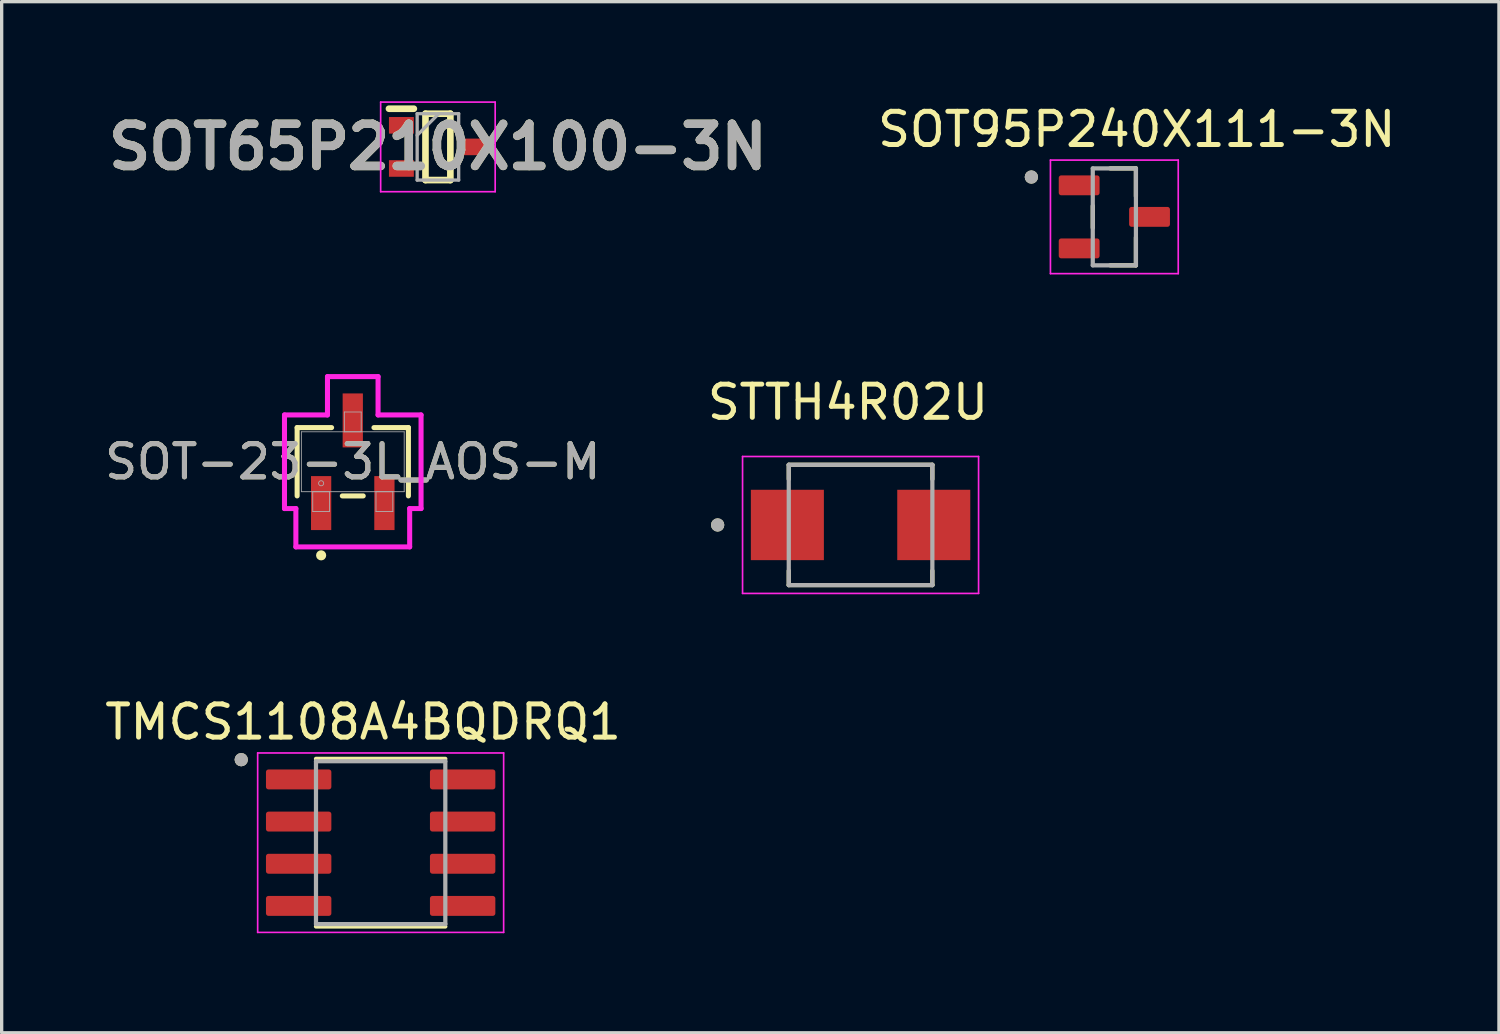
<source format=kicad_pcb>
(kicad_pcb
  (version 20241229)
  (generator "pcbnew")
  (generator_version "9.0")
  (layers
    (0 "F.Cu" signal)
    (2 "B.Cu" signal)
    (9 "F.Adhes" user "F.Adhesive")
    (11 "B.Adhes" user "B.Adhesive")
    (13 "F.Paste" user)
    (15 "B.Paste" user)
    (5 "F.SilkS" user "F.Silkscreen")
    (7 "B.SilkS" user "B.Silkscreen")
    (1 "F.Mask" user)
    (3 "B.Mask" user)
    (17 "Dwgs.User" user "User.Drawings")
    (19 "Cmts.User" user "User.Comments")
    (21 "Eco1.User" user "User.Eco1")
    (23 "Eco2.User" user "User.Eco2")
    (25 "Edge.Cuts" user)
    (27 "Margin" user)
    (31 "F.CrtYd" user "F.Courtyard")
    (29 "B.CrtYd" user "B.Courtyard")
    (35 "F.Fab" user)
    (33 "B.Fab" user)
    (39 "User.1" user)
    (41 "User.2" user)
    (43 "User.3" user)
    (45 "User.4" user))
  (footprint "SOT-23-3L_AOS-M"
    (layer "F.Cu")
    (at 7.577 10.86)
    (property "Reference" "SOT-23-3L_AOS-M" (at 0 0 0) (unlocked yes) (layer "F.SilkS") (effects (font (size 1 1) (thickness 0.15))))
    (attr smd)
    (fp_line (start -1.676 -1.029) (end -1.676 1.029) (stroke (width 0.152) (type solid)) (layer "F.SilkS"))
    (fp_line (start -0.638 -1.029) (end -1.676 -1.029) (stroke (width 0.152) (type solid)) (layer "F.SilkS"))
    (fp_line (start -0.315 1.029) (end 0.315 1.029) (stroke (width 0.152) (type solid)) (layer "F.SilkS"))
    (fp_line (start 1.676 -1.029) (end 0.638 -1.029) (stroke (width 0.152) (type solid)) (layer "F.SilkS"))
    (fp_line (start 1.676 1.029) (end 1.676 -1.029) (stroke (width 0.152) (type solid)) (layer "F.SilkS"))
    (fp_circle (center -0.953 2.819) (end -0.876 2.819) (stroke (width 0.152) (type solid)) (fill no) (layer "F.SilkS"))
    (fp_line (start -2.057 -1.41) (end -0.762 -1.41) (stroke (width 0.152) (type solid)) (layer "F.CrtYd"))
    (fp_line (start -2.057 1.41) (end -2.057 -1.41) (stroke (width 0.152) (type solid)) (layer "F.CrtYd"))
    (fp_line (start -2.057 1.41) (end -1.714 1.41) (stroke (width 0.152) (type solid)) (layer "F.CrtYd"))
    (fp_line (start -1.714 1.41) (end -1.714 2.565) (stroke (width 0.152) (type solid)) (layer "F.CrtYd"))
    (fp_line (start -1.714 2.565) (end 1.714 2.565) (stroke (width 0.152) (type solid)) (layer "F.CrtYd"))
    (fp_line (start -0.762 -2.565) (end 0.762 -2.565) (stroke (width 0.152) (type solid)) (layer "F.CrtYd"))
    (fp_line (start -0.762 -1.41) (end -0.762 -2.565) (stroke (width 0.152) (type solid)) (layer "F.CrtYd"))
    (fp_line (start 0.762 -1.41) (end 0.762 -2.565) (stroke (width 0.152) (type solid)) (layer "F.CrtYd"))
    (fp_line (start 1.714 1.41) (end 1.714 2.565) (stroke (width 0.152) (type solid)) (layer "F.CrtYd"))
    (fp_line (start 2.057 -1.41) (end 0.762 -1.41) (stroke (width 0.152) (type solid)) (layer "F.CrtYd"))
    (fp_line (start 2.057 -1.41) (end 2.057 1.41) (stroke (width 0.152) (type solid)) (layer "F.CrtYd"))
    (fp_line (start 2.057 1.41) (end 1.714 1.41) (stroke (width 0.152) (type solid)) (layer "F.CrtYd"))
    (fp_line (start -1.549 -0.902) (end -1.549 0.902) (stroke (width 0.025) (type solid)) (layer "F.Fab"))
    (fp_line (start -1.549 0.902) (end 1.549 0.902) (stroke (width 0.025) (type solid)) (layer "F.Fab"))
    (fp_line (start -1.206 0.902) (end -1.206 1.499) (stroke (width 0.025) (type solid)) (layer "F.Fab"))
    (fp_line (start -1.206 1.499) (end -0.699 1.499) (stroke (width 0.025) (type solid)) (layer "F.Fab"))
    (fp_line (start -0.699 0.902) (end -1.206 0.902) (stroke (width 0.025) (type solid)) (layer "F.Fab"))
    (fp_line (start -0.699 1.499) (end -0.699 0.902) (stroke (width 0.025) (type solid)) (layer "F.Fab"))
    (fp_line (start -0.254 -1.499) (end -0.254 -0.902) (stroke (width 0.025) (type solid)) (layer "F.Fab"))
    (fp_line (start -0.254 -0.902) (end 0.254 -0.902) (stroke (width 0.025) (type solid)) (layer "F.Fab"))
    (fp_line (start 0.254 -1.499) (end -0.254 -1.499) (stroke (width 0.025) (type solid)) (layer "F.Fab"))
    (fp_line (start 0.254 -0.902) (end 0.254 -1.499) (stroke (width 0.025) (type solid)) (layer "F.Fab"))
    (fp_line (start 0.699 0.902) (end 0.699 1.499) (stroke (width 0.025) (type solid)) (layer "F.Fab"))
    (fp_line (start 0.699 1.499) (end 1.206 1.499) (stroke (width 0.025) (type solid)) (layer "F.Fab"))
    (fp_line (start 1.206 0.902) (end 0.699 0.902) (stroke (width 0.025) (type solid)) (layer "F.Fab"))
    (fp_line (start 1.206 1.499) (end 1.206 0.902) (stroke (width 0.025) (type solid)) (layer "F.Fab"))
    (fp_line (start 1.549 -0.902) (end -1.549 -0.902) (stroke (width 0.025) (type solid)) (layer "F.Fab"))
    (fp_line (start 1.549 0.902) (end 1.549 -0.902) (stroke (width 0.025) (type solid)) (layer "F.Fab"))
    (fp_circle (center -0.953 0.648) (end -0.876 0.648) (stroke (width 0.025) (type solid)) (fill no) (layer "F.Fab"))
    (fp_text user "${REFERENCE}" (at 0 0 0) (unlocked yes) (layer "F.Fab") (effects (font (size 1 1) (thickness 0.15))))
    (pad "1" smd rect (at -0.953 1.245) (size 0.61 1.626) (layers "F.Cu" "F.Mask" "F.Paste"))
    (pad "2" smd rect (at 0.953 1.245) (size 0.61 1.626) (layers "F.Cu" "F.Mask" "F.Paste"))
    (pad "3" smd rect (at 0 -1.245) (size 0.61 1.626) (layers "F.Cu" "F.Mask" "F.Paste")))
  (footprint "SOT65P210X100-3N"
    (layer "F.Cu")
    (at 10.142 1.375)
    (property "Reference" "SOT65P210X100-3N" (at 0 0 0) (layer "F.SilkS") (effects (font (size 1.27 1.27) (thickness 0.254))))
    (attr smd)
    (fp_line (start -1.475 -1.15) (end -0.725 -1.15) (stroke (width 0.2) (type solid)) (layer "F.SilkS"))
    (fp_line (start -0.375 -1) (end 0.375 -1) (stroke (width 0.2) (type solid)) (layer "F.SilkS"))
    (fp_line (start -0.375 1) (end -0.375 -1) (stroke (width 0.2) (type solid)) (layer "F.SilkS"))
    (fp_line (start 0.375 -1) (end 0.375 1) (stroke (width 0.2) (type solid)) (layer "F.SilkS"))
    (fp_line (start 0.375 1) (end -0.375 1) (stroke (width 0.2) (type solid)) (layer "F.SilkS"))
    (fp_line (start -1.725 -1.35) (end 1.725 -1.35) (stroke (width 0.05) (type solid)) (layer "F.CrtYd"))
    (fp_line (start -1.725 1.35) (end -1.725 -1.35) (stroke (width 0.05) (type solid)) (layer "F.CrtYd"))
    (fp_line (start 1.725 -1.35) (end 1.725 1.35) (stroke (width 0.05) (type solid)) (layer "F.CrtYd"))
    (fp_line (start 1.725 1.35) (end -1.725 1.35) (stroke (width 0.05) (type solid)) (layer "F.CrtYd"))
    (fp_line (start -0.625 -1) (end 0.625 -1) (stroke (width 0.1) (type solid)) (layer "F.Fab"))
    (fp_line (start -0.625 -0.35) (end 0.025 -1) (stroke (width 0.1) (type solid)) (layer "F.Fab"))
    (fp_line (start -0.625 1) (end -0.625 -1) (stroke (width 0.1) (type solid)) (layer "F.Fab"))
    (fp_line (start 0.625 -1) (end 0.625 1) (stroke (width 0.1) (type solid)) (layer "F.Fab"))
    (fp_line (start 0.625 1) (end -0.625 1) (stroke (width 0.1) (type solid)) (layer "F.Fab"))
    (fp_text user "${REFERENCE}" (at 0 0 0) (layer "F.Fab") (effects (font (size 1.27 1.27) (thickness 0.254))))
    (pad "1" smd rect (at -1.1 -0.65 90) (size 0.5 0.75) (layers "F.Cu" "F.Mask" "F.Paste"))
    (pad "2" smd rect (at -1.1 0.65 90) (size 0.5 0.75) (layers "F.Cu" "F.Mask" "F.Paste"))
    (pad "3" smd rect (at 1.1 0 90) (size 0.5 0.75) (layers "F.Cu" "F.Mask" "F.Paste")))
  (footprint "TMCS1108A4BQDRQ1"
    (layer "F.Cu")
    (at 8.417 22.335)
    (property "Reference" "TMCS1108A4BQDRQ1" (at -0.53 -3.635 0) (layer "F.SilkS") (effects (font (size 1 1) (thickness 0.15))))
    (attr smd)
    (fp_line (start -1.948 -2.525) (end 1.948 -2.525) (stroke (width 0.127) (type solid)) (layer "F.SilkS"))
    (fp_line (start -1.948 2.525) (end 1.948 2.525) (stroke (width 0.127) (type solid)) (layer "F.SilkS"))
    (fp_circle (center -4.2 -2.5) (end -4.1 -2.5) (stroke (width 0.2) (type solid)) (fill no) (layer "F.SilkS"))
    (fp_line (start -3.705 -2.703) (end -3.705 2.703) (stroke (width 0.05) (type solid)) (layer "F.CrtYd"))
    (fp_line (start -3.705 -2.703) (end 3.705 -2.703) (stroke (width 0.05) (type solid)) (layer "F.CrtYd"))
    (fp_line (start -3.705 2.703) (end 3.705 2.703) (stroke (width 0.05) (type solid)) (layer "F.CrtYd"))
    (fp_line (start 3.705 -2.703) (end 3.705 2.703) (stroke (width 0.05) (type solid)) (layer "F.CrtYd"))
    (fp_line (start -1.948 -2.453) (end -1.948 2.453) (stroke (width 0.127) (type solid)) (layer "F.Fab"))
    (fp_line (start -1.948 -2.453) (end 1.948 -2.453) (stroke (width 0.127) (type solid)) (layer "F.Fab"))
    (fp_line (start -1.948 2.453) (end 1.948 2.453) (stroke (width 0.127) (type solid)) (layer "F.Fab"))
    (fp_line (start 1.948 -2.453) (end 1.948 2.453) (stroke (width 0.127) (type solid)) (layer "F.Fab"))
    (fp_circle (center -4.2 -2.5) (end -4.1 -2.5) (stroke (width 0.2) (type solid)) (fill no) (layer "F.Fab"))
    (pad "1" smd roundrect (at -2.47 -1.905) (size 1.97 0.6) (layers "F.Cu" "F.Mask" "F.Paste") (roundrect_rratio 0.125))
    (pad "2" smd roundrect (at -2.47 -0.635) (size 1.97 0.6) (layers "F.Cu" "F.Mask" "F.Paste") (roundrect_rratio 0.125))
    (pad "3" smd roundrect (at -2.47 0.635) (size 1.97 0.6) (layers "F.Cu" "F.Mask" "F.Paste") (roundrect_rratio 0.125))
    (pad "4" smd roundrect (at -2.47 1.905) (size 1.97 0.6) (layers "F.Cu" "F.Mask" "F.Paste") (roundrect_rratio 0.125))
    (pad "5" smd roundrect (at 2.47 1.905) (size 1.97 0.6) (layers "F.Cu" "F.Mask" "F.Paste") (roundrect_rratio 0.125))
    (pad "6" smd roundrect (at 2.47 0.635) (size 1.97 0.6) (layers "F.Cu" "F.Mask" "F.Paste") (roundrect_rratio 0.125))
    (pad "7" smd roundrect (at 2.47 -0.635) (size 1.97 0.6) (layers "F.Cu" "F.Mask" "F.Paste") (roundrect_rratio 0.125))
    (pad "8" smd roundrect (at 2.47 -1.905) (size 1.97 0.6) (layers "F.Cu" "F.Mask" "F.Paste") (roundrect_rratio 0.125)))
  (footprint "SOT95P240X111-3N"
    (layer "F.Cu")
    (at 30.519 3.483)
    (property "Reference" "SOT95P240X111-3N" (at 0.675 -2.635 0) (layer "F.SilkS") (effects (font (size 1 1) (thickness 0.15))))
    (attr smd)
    (fp_line (start -0.65 -0.33) (end -0.65 0.33) (stroke (width 0.127) (type solid)) (layer "F.SilkS"))
    (fp_line (start 0.65 -1.46) (end -0.125 -1.46) (stroke (width 0.127) (type solid)) (layer "F.SilkS"))
    (fp_line (start 0.65 -0.62) (end 0.65 -1.46) (stroke (width 0.127) (type solid)) (layer "F.SilkS"))
    (fp_line (start 0.65 0.62) (end 0.65 1.46) (stroke (width 0.127) (type solid)) (layer "F.SilkS"))
    (fp_line (start 0.65 1.46) (end -0.125 1.46) (stroke (width 0.127) (type solid)) (layer "F.SilkS"))
    (fp_circle (center -2.5 -1.2) (end -2.4 -1.2) (stroke (width 0.2) (type solid)) (fill no) (layer "F.SilkS"))
    (fp_line (start -1.925 -1.71) (end 1.925 -1.71) (stroke (width 0.05) (type solid)) (layer "F.CrtYd"))
    (fp_line (start -1.925 1.71) (end -1.925 -1.71) (stroke (width 0.05) (type solid)) (layer "F.CrtYd"))
    (fp_line (start 1.925 -1.71) (end 1.925 1.71) (stroke (width 0.05) (type solid)) (layer "F.CrtYd"))
    (fp_line (start 1.925 1.71) (end -1.925 1.71) (stroke (width 0.05) (type solid)) (layer "F.CrtYd"))
    (fp_line (start -0.65 -1.46) (end -0.65 1.46) (stroke (width 0.127) (type solid)) (layer "F.Fab"))
    (fp_line (start -0.65 1.46) (end 0.65 1.46) (stroke (width 0.127) (type solid)) (layer "F.Fab"))
    (fp_line (start 0.65 -1.46) (end -0.65 -1.46) (stroke (width 0.127) (type solid)) (layer "F.Fab"))
    (fp_line (start 0.65 1.46) (end 0.65 -1.46) (stroke (width 0.127) (type solid)) (layer "F.Fab"))
    (fp_circle (center -2.5 -1.2) (end -2.4 -1.2) (stroke (width 0.2) (type solid)) (fill no) (layer "F.Fab"))
    (pad "1" smd roundrect (at -1.06 -0.95) (size 1.23 0.6) (layers "F.Cu" "F.Mask" "F.Paste") (roundrect_rratio 0.125))
    (pad "2" smd roundrect (at -1.06 0.95) (size 1.23 0.6) (layers "F.Cu" "F.Mask" "F.Paste") (roundrect_rratio 0.125))
    (pad "3" smd roundrect (at 1.06 0) (size 1.23 0.6) (layers "F.Cu" "F.Mask" "F.Paste") (roundrect_rratio 0.125)))
  (footprint "STTH4R02U"
    (layer "F.Cu")
    (at 22.874 12.764)
    (property "Reference" "STTH4R02U" (at -0.38 -3.697 0) (layer "F.SilkS") (effects (font (size 1 1) (thickness 0.15))))
    (attr smd)
    (fp_line (start -2.163 -1.812) (end -2.163 -1.38) (stroke (width 0.127) (type solid)) (layer "F.SilkS"))
    (fp_line (start -2.163 1.812) (end -2.163 1.38) (stroke (width 0.127) (type solid)) (layer "F.SilkS"))
    (fp_line (start -2.163 1.812) (end 2.163 1.812) (stroke (width 0.127) (type solid)) (layer "F.SilkS"))
    (fp_line (start 2.163 -1.812) (end -2.163 -1.812) (stroke (width 0.127) (type solid)) (layer "F.SilkS"))
    (fp_line (start 2.163 -1.38) (end 2.163 -1.812) (stroke (width 0.127) (type solid)) (layer "F.SilkS"))
    (fp_line (start 2.163 1.812) (end 2.163 1.38) (stroke (width 0.127) (type solid)) (layer "F.SilkS"))
    (fp_circle (center -4.305 0) (end -4.205 0) (stroke (width 0.2) (type solid)) (fill no) (layer "F.SilkS"))
    (fp_line (start -3.555 -2.062) (end -3.555 2.062) (stroke (width 0.05) (type solid)) (layer "F.CrtYd"))
    (fp_line (start -3.555 2.062) (end 3.555 2.062) (stroke (width 0.05) (type solid)) (layer "F.CrtYd"))
    (fp_line (start 3.555 -2.062) (end -3.555 -2.062) (stroke (width 0.05) (type solid)) (layer "F.CrtYd"))
    (fp_line (start 3.555 2.062) (end 3.555 -2.062) (stroke (width 0.05) (type solid)) (layer "F.CrtYd"))
    (fp_line (start -2.163 -1.812) (end -2.163 1.812) (stroke (width 0.127) (type solid)) (layer "F.Fab"))
    (fp_line (start -2.163 1.812) (end 2.163 1.812) (stroke (width 0.127) (type solid)) (layer "F.Fab"))
    (fp_line (start 2.163 -1.812) (end -2.163 -1.812) (stroke (width 0.127) (type solid)) (layer "F.Fab"))
    (fp_line (start 2.163 1.812) (end 2.163 -1.812) (stroke (width 0.127) (type solid)) (layer "F.Fab"))
    (fp_circle (center -4.305 0) (end -4.205 0) (stroke (width 0.2) (type solid)) (fill no) (layer "F.Fab"))
    (pad "1" smd rect (at -2.205 0) (size 2.2 2.12) (layers "F.Cu" "F.Mask" "F.Paste"))
    (pad "2" smd rect (at 2.205 0) (size 2.2 2.12) (layers "F.Cu" "F.Mask" "F.Paste")))
  (gr_rect
    (start -3 -3)
    (end 42.105 28.062)
    (stroke (width 0.1) (type default))
    (fill no)
    (layer "Edge.Cuts")))
</source>
